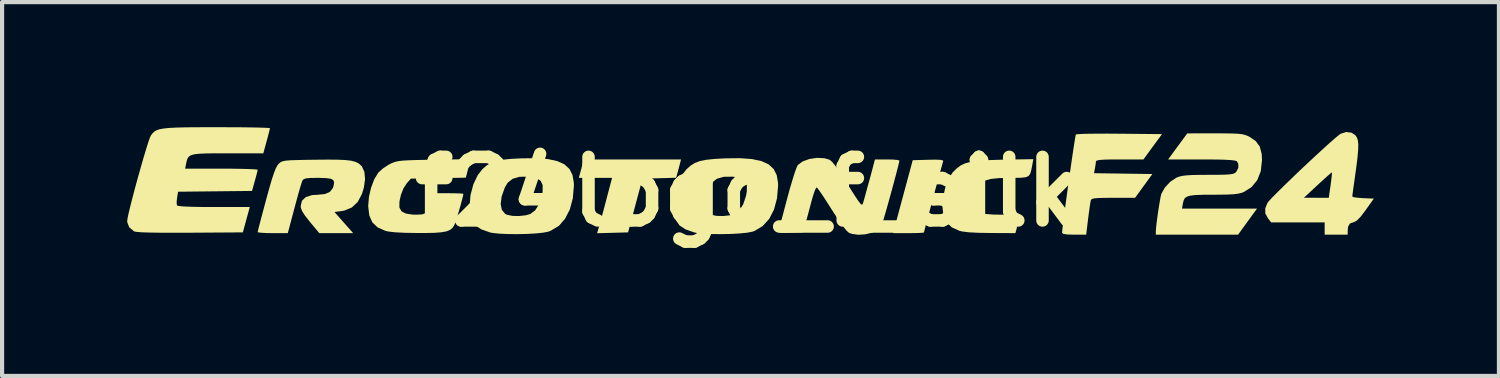
<source format=kicad_pcb>
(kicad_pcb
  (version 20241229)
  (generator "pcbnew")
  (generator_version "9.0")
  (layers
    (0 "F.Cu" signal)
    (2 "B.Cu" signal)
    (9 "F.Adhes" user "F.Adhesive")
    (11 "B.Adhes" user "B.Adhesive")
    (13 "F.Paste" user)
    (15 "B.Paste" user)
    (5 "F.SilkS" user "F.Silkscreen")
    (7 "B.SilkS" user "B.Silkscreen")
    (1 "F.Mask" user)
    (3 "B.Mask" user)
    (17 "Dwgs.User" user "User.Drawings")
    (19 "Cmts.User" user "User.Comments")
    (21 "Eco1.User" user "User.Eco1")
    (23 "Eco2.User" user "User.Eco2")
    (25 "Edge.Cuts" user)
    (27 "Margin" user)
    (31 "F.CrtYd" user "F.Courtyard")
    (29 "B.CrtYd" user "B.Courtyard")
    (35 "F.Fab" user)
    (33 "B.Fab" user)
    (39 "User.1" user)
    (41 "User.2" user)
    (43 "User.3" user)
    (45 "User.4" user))
  (footprint "f24logo_f_silk"
    (layer "F.Cu")
    (at 14.871 1.546)
    (property "Reference" "f24logo_f_silk" (at 0 0 0) (layer "F.SilkS") (effects (font (size 1.524 1.524) (thickness 0.3))))
    (attr board_only exclude_from_pos_files exclude_from_bom)
    (fp_poly (pts (xy -1.649 -0.553) (xy -1.708 -0.334) (xy -2.112 -0.323) (xy -2.516 -0.313) (xy -2.688 0.331) (xy -2.861 0.976) (xy -3.233 0.986) (xy -3.604 0.996) (xy -3.553 0.82) (xy -3.524 0.718) (xy -3.482 0.563) (xy -3.432 0.378) (xy -3.38 0.181) (xy -3.374 0.156) (xy -3.245 -0.331) (xy -4.042 -0.331) (xy -3.982 -0.552) (xy -3.923 -0.773) (xy -1.591 -0.773)) (stroke (width 0) (type solid)) (fill yes) (layer "F.SilkS"))
    (fp_poly (pts (xy 4.623 -0.764) (xy 4.68 -0.753) (xy 4.695 -0.733) (xy 4.694 -0.728) (xy 4.679 -0.68) (xy 4.65 -0.574) (xy 4.608 -0.423) (xy 4.558 -0.239) (xy 4.502 -0.035) (xy 4.445 0.179) (xy 4.388 0.39) (xy 4.336 0.586) (xy 4.291 0.754) (xy 4.257 0.883) (xy 4.237 0.961) (xy 4.233 0.978) (xy 4.199 0.985) (xy 4.107 0.99) (xy 3.972 0.993) (xy 3.865 0.994) (xy 3.496 0.994) (xy 3.519 0.901) (xy 3.535 0.839) (xy 3.567 0.718) (xy 3.613 0.549) (xy 3.667 0.345) (xy 3.729 0.117) (xy 3.753 0.027) (xy 3.964 -0.755) (xy 4.337 -0.765) (xy 4.512 -0.768)) (stroke (width 0) (type solid)) (fill yes) (layer "F.SilkS"))
    (fp_poly (pts (xy 6.831 -0.644) (xy 6.806 -0.516) (xy 6.781 -0.429) (xy 6.74 -0.375) (xy 6.672 -0.346) (xy 6.563 -0.334) (xy 6.401 -0.331) (xy 6.295 -0.331) (xy 6.037 -0.326) (xy 5.842 -0.306) (xy 5.698 -0.265) (xy 5.595 -0.199) (xy 5.523 -0.1) (xy 5.469 0.035) (xy 5.446 0.119) (xy 5.419 0.263) (xy 5.424 0.372) (xy 5.467 0.45) (xy 5.556 0.503) (xy 5.699 0.534) (xy 5.902 0.549) (xy 6.112 0.552) (xy 6.545 0.552) (xy 6.486 0.773) (xy 6.426 0.994) (xy 5.836 0.991) (xy 5.541 0.986) (xy 5.31 0.974) (xy 5.147 0.954) (xy 5.086 0.939) (xy 4.901 0.856) (xy 4.774 0.735) (xy 4.7 0.569) (xy 4.675 0.352) (xy 4.675 0.337) (xy 4.694 0.122) (xy 4.744 -0.097) (xy 4.819 -0.295) (xy 4.912 -0.448) (xy 4.931 -0.471) (xy 5.02 -0.559) (xy 5.111 -0.627) (xy 5.217 -0.678) (xy 5.348 -0.715) (xy 5.515 -0.739) (xy 5.73 -0.755) (xy 6.002 -0.764) (xy 6.125 -0.767) (xy 6.856 -0.78)) (stroke (width 0) (type solid)) (fill yes) (layer "F.SilkS"))
    (fp_poly (pts (xy 8.893 -1.39) (xy 8.921 -1.39) (xy 9.941 -1.38) (xy 9.718 -1.077) (xy 9.496 -0.773) (xy 8.926 -0.773) (xy 8.703 -0.772) (xy 8.544 -0.768) (xy 8.439 -0.76) (xy 8.381 -0.747) (xy 8.358 -0.73) (xy 8.356 -0.722) (xy 8.349 -0.652) (xy 8.333 -0.558) (xy 8.311 -0.443) (xy 9.01 -0.433) (xy 9.709 -0.423) (xy 9.503 -0.138) (xy 9.296 0.147) (xy 8.773 0.147) (xy 8.566 0.148) (xy 8.42 0.152) (xy 8.325 0.159) (xy 8.27 0.172) (xy 8.242 0.191) (xy 8.233 0.212) (xy 8.221 0.274) (xy 8.204 0.391) (xy 8.183 0.543) (xy 8.169 0.653) (xy 8.123 1.031) (xy 7.835 1.031) (xy 7.676 1.027) (xy 7.582 1.013) (xy 7.546 0.99) (xy 7.546 0.985) (xy 7.55 0.925) (xy 7.564 0.806) (xy 7.585 0.639) (xy 7.611 0.434) (xy 7.643 0.201) (xy 7.677 -0.048) (xy 7.712 -0.303) (xy 7.748 -0.554) (xy 7.782 -0.789) (xy 7.813 -0.998) (xy 7.84 -1.171) (xy 7.86 -1.296) (xy 7.873 -1.363) (xy 7.876 -1.372) (xy 7.918 -1.379) (xy 8.024 -1.385) (xy 8.184 -1.389) (xy 8.389 -1.391) (xy 8.629 -1.392)) (stroke (width 0) (type solid)) (fill yes) (layer "F.SilkS"))
    (fp_poly (pts (xy -4.786 -0.782) (xy -4.558 -0.733) (xy -4.387 -0.655) (xy -4.266 -0.543) (xy -4.193 -0.397) (xy -4.162 -0.214) (xy -4.16 -0.147) (xy -4.186 0.159) (xy -4.258 0.427) (xy -4.374 0.652) (xy -4.529 0.824) (xy -4.72 0.939) (xy -4.775 0.959) (xy -4.898 0.983) (xy -5.074 1.001) (xy -5.286 1.013) (xy -5.514 1.018) (xy -5.738 1.016) (xy -5.94 1.007) (xy -6.101 0.991) (xy -6.175 0.976) (xy -6.381 0.903) (xy -6.524 0.809) (xy -6.611 0.685) (xy -6.654 0.516) (xy -6.663 0.355) (xy -6.658 0.295) (xy -5.916 0.295) (xy -5.889 0.435) (xy -5.811 0.529) (xy -5.768 0.552) (xy -5.639 0.58) (xy -5.476 0.584) (xy -5.313 0.566) (xy -5.206 0.535) (xy -5.09 0.449) (xy -4.996 0.301) (xy -4.93 0.104) (xy -4.91 -0.006) (xy -4.909 -0.157) (xy -4.958 -0.261) (xy -5.062 -0.326) (xy -5.228 -0.358) (xy -5.251 -0.36) (xy -5.467 -0.357) (xy -5.631 -0.308) (xy -5.75 -0.212) (xy -5.816 -0.101) (xy -5.892 0.114) (xy -5.916 0.295) (xy -6.658 0.295) (xy -6.639 0.079) (xy -6.57 -0.179) (xy -6.464 -0.4) (xy -6.355 -0.539) (xy -6.259 -0.624) (xy -6.158 -0.688) (xy -6.039 -0.733) (xy -5.887 -0.764) (xy -5.689 -0.785) (xy -5.431 -0.799) (xy -5.428 -0.799) (xy -5.074 -0.803)) (stroke (width 0) (type solid)) (fill yes) (layer "F.SilkS"))
    (fp_poly (pts (xy 0.11 -0.782) (xy 0.338 -0.733) (xy 0.509 -0.655) (xy 0.63 -0.543) (xy 0.703 -0.397) (xy 0.734 -0.214) (xy 0.736 -0.147) (xy 0.71 0.159) (xy 0.638 0.427) (xy 0.522 0.652) (xy 0.367 0.824) (xy 0.176 0.939) (xy 0.121 0.959) (xy -0.002 0.983) (xy -0.179 1.001) (xy -0.39 1.013) (xy -0.618 1.018) (xy -0.842 1.016) (xy -1.044 1.007) (xy -1.205 0.991) (xy -1.279 0.976) (xy -1.485 0.903) (xy -1.628 0.809) (xy -1.715 0.685) (xy -1.758 0.516) (xy -1.767 0.355) (xy -1.762 0.295) (xy -1.02 0.295) (xy -0.993 0.435) (xy -0.915 0.529) (xy -0.872 0.552) (xy -0.743 0.58) (xy -0.58 0.584) (xy -0.417 0.566) (xy -0.31 0.535) (xy -0.194 0.449) (xy -0.1 0.301) (xy -0.034 0.104) (xy -0.014 -0.006) (xy -0.013 -0.157) (xy -0.062 -0.261) (xy -0.166 -0.326) (xy -0.332 -0.358) (xy -0.355 -0.36) (xy -0.571 -0.357) (xy -0.735 -0.308) (xy -0.854 -0.212) (xy -0.92 -0.101) (xy -0.996 0.114) (xy -1.02 0.295) (xy -1.762 0.295) (xy -1.743 0.079) (xy -1.674 -0.179) (xy -1.568 -0.4) (xy -1.459 -0.539) (xy -1.363 -0.624) (xy -1.262 -0.688) (xy -1.143 -0.733) (xy -0.991 -0.764) (xy -0.793 -0.785) (xy -0.535 -0.799) (xy -0.532 -0.799) (xy -0.178 -0.803)) (stroke (width 0) (type solid)) (fill yes) (layer "F.SilkS"))
    (fp_poly (pts (xy 14.487 -1.414) (xy 14.576 -1.355) (xy 14.613 -1.302) (xy 14.637 -1.232) (xy 14.648 -1.133) (xy 14.644 -0.998) (xy 14.628 -0.814) (xy 14.598 -0.574) (xy 14.577 -0.424) (xy 14.551 -0.237) (xy 14.528 -0.077) (xy 14.512 0.043) (xy 14.504 0.109) (xy 14.504 0.117) (xy 14.537 0.132) (xy 14.626 0.145) (xy 14.751 0.154) (xy 14.762 0.155) (xy 15.02 0.166) (xy 14.824 0.442) (xy 14.708 0.596) (xy 14.617 0.689) (xy 14.547 0.729) (xy 14.539 0.731) (xy 14.447 0.763) (xy 14.403 0.838) (xy 14.394 0.929) (xy 14.393 1.031) (xy 13.841 1.031) (xy 13.841 0.736) (xy 12.558 0.736) (xy 12.482 0.639) (xy 12.417 0.521) (xy 12.417 0.398) (xy 12.47 0.268) (xy 12.511 0.217) (xy 12.579 0.145) (xy 13.344 0.145) (xy 13.94 0.147) (xy 13.983 -0.153) (xy 14.001 -0.292) (xy 14.013 -0.4) (xy 14.017 -0.457) (xy 14.016 -0.463) (xy 13.987 -0.442) (xy 13.915 -0.381) (xy 13.811 -0.288) (xy 13.685 -0.172) (xy 13.676 -0.163) (xy 13.344 0.145) (xy 12.579 0.145) (xy 12.598 0.125) (xy 12.723 -0.001) (xy 12.878 -0.153) (xy 13.054 -0.323) (xy 13.242 -0.504) (xy 13.436 -0.686) (xy 13.626 -0.863) (xy 13.804 -1.027) (xy 13.962 -1.17) (xy 14.091 -1.283) (xy 14.184 -1.36) (xy 14.223 -1.388) (xy 14.357 -1.431)) (stroke (width 0) (type solid)) (fill yes) (layer "F.SilkS"))
    (fp_poly (pts (xy -6.694 -0.557) (xy -6.752 -0.336) (xy -7.41 -0.324) (xy -8.068 -0.313) (xy -8.17 -0.198) (xy -8.247 -0.079) (xy -8.307 0.074) (xy -8.343 0.233) (xy -8.345 0.368) (xy -8.341 0.388) (xy -8.291 0.473) (xy -8.188 0.525) (xy -8.025 0.55) (xy -7.933 0.552) (xy -7.795 0.544) (xy -7.704 0.508) (xy -7.645 0.432) (xy -7.601 0.302) (xy -7.587 0.243) (xy -7.541 0.037) (xy -7.176 0.037) (xy -7.022 0.038) (xy -6.9 0.042) (xy -6.825 0.048) (xy -6.81 0.053) (xy -6.82 0.108) (xy -6.847 0.213) (xy -6.884 0.349) (xy -6.927 0.496) (xy -6.969 0.634) (xy -7.004 0.743) (xy -7.028 0.803) (xy -7.028 0.804) (xy -7.072 0.869) (xy -7.132 0.918) (xy -7.218 0.952) (xy -7.34 0.974) (xy -7.509 0.987) (xy -7.735 0.991) (xy -7.903 0.991) (xy -8.212 0.986) (xy -8.45 0.974) (xy -8.617 0.954) (xy -8.681 0.939) (xy -8.867 0.856) (xy -8.994 0.735) (xy -9.067 0.569) (xy -9.092 0.352) (xy -9.092 0.337) (xy -9.074 0.122) (xy -9.023 -0.097) (xy -8.948 -0.295) (xy -8.856 -0.448) (xy -8.836 -0.471) (xy -8.733 -0.562) (xy -8.602 -0.647) (xy -8.55 -0.674) (xy -8.489 -0.7) (xy -8.426 -0.72) (xy -8.35 -0.735) (xy -8.25 -0.746) (xy -8.116 -0.753) (xy -7.937 -0.759) (xy -7.702 -0.764) (xy -7.506 -0.767) (xy -6.637 -0.779)) (stroke (width 0) (type solid)) (fill yes) (layer "F.SilkS"))
    (fp_poly (pts (xy 11.45 -1.398) (xy 11.629 -1.395) (xy 11.76 -1.389) (xy 11.855 -1.379) (xy 11.928 -1.362) (xy 11.991 -1.339) (xy 12.038 -1.316) (xy 12.188 -1.214) (xy 12.284 -1.083) (xy 12.331 -0.909) (xy 12.339 -0.759) (xy 12.31 -0.494) (xy 12.226 -0.278) (xy 12.088 -0.11) (xy 11.909 0.004) (xy 11.84 0.031) (xy 11.759 0.049) (xy 11.651 0.062) (xy 11.505 0.069) (xy 11.305 0.072) (xy 11.17 0.073) (xy 10.928 0.074) (xy 10.75 0.08) (xy 10.624 0.094) (xy 10.541 0.118) (xy 10.489 0.155) (xy 10.46 0.209) (xy 10.442 0.282) (xy 10.442 0.285) (xy 10.42 0.405) (xy 12.22 0.405) (xy 11.992 0.718) (xy 11.765 1.031) (xy 9.792 1.031) (xy 9.793 0.948) (xy 9.799 0.864) (xy 9.814 0.732) (xy 9.835 0.572) (xy 9.86 0.404) (xy 9.885 0.249) (xy 9.907 0.126) (xy 9.924 0.056) (xy 9.924 0.054) (xy 10.009 -0.098) (xy 10.138 -0.237) (xy 10.285 -0.335) (xy 10.353 -0.361) (xy 10.433 -0.38) (xy 10.537 -0.392) (xy 10.679 -0.4) (xy 10.872 -0.403) (xy 11.047 -0.404) (xy 11.276 -0.405) (xy 11.442 -0.408) (xy 11.558 -0.415) (xy 11.634 -0.426) (xy 11.682 -0.443) (xy 11.714 -0.467) (xy 11.719 -0.472) (xy 11.772 -0.572) (xy 11.769 -0.673) (xy 11.736 -0.729) (xy 11.694 -0.745) (xy 11.601 -0.757) (xy 11.451 -0.766) (xy 11.24 -0.771) (xy 10.962 -0.773) (xy 10.89 -0.773) (xy 10.088 -0.773) (xy 10.317 -1.086) (xy 10.547 -1.398) (xy 11.211 -1.399)) (stroke (width 0) (type solid)) (fill yes) (layer "F.SilkS"))
    (fp_poly (pts (xy -9.828 -0.767) (xy -9.643 -0.759) (xy -9.504 -0.743) (xy -9.402 -0.717) (xy -9.326 -0.681) (xy -9.269 -0.633) (xy -9.242 -0.602) (xy -9.183 -0.472) (xy -9.168 -0.298) (xy -9.197 -0.095) (xy -9.242 0.054) (xy -9.345 0.248) (xy -9.486 0.38) (xy -9.669 0.454) (xy -9.73 0.465) (xy -9.901 0.488) (xy -9.677 0.741) (xy -9.453 0.994) (xy -10.265 0.994) (xy -10.488 0.727) (xy -10.603 0.581) (xy -10.674 0.473) (xy -10.707 0.388) (xy -10.711 0.343) (xy -10.681 0.217) (xy -10.589 0.13) (xy -10.438 0.082) (xy -10.31 0.074) (xy -10.132 0.057) (xy -10.011 0.005) (xy -9.939 -0.089) (xy -9.92 -0.152) (xy -9.911 -0.228) (xy -9.93 -0.279) (xy -9.989 -0.31) (xy -10.097 -0.325) (xy -10.265 -0.331) (xy -10.315 -0.331) (xy -10.475 -0.329) (xy -10.577 -0.32) (xy -10.635 -0.302) (xy -10.666 -0.273) (xy -10.669 -0.267) (xy -10.69 -0.211) (xy -10.725 -0.097) (xy -10.77 0.061) (xy -10.822 0.251) (xy -10.861 0.396) (xy -11.02 0.994) (xy -11.381 0.994) (xy -11.534 0.992) (xy -11.655 0.985) (xy -11.728 0.976) (xy -11.743 0.969) (xy -11.734 0.927) (xy -11.708 0.825) (xy -11.669 0.674) (xy -11.618 0.484) (xy -11.56 0.266) (xy -11.539 0.186) (xy -11.464 -0.085) (xy -11.403 -0.294) (xy -11.352 -0.448) (xy -11.309 -0.557) (xy -11.271 -0.628) (xy -11.244 -0.663) (xy -11.212 -0.693) (xy -11.178 -0.716) (xy -11.131 -0.733) (xy -11.062 -0.745) (xy -10.96 -0.753) (xy -10.815 -0.758) (xy -10.616 -0.763) (xy -10.371 -0.766) (xy -10.067 -0.769)) (stroke (width 0) (type solid)) (fill yes) (layer "F.SilkS"))
    (fp_poly (pts (xy -12.422 -1.545) (xy -12.149 -1.544) (xy -11.909 -1.541) (xy -11.711 -1.537) (xy -11.563 -1.532) (xy -11.473 -1.527) (xy -11.448 -1.523) (xy -11.458 -1.479) (xy -11.482 -1.382) (xy -11.516 -1.252) (xy -11.528 -1.21) (xy -11.607 -0.92) (xy -12.461 -0.92) (xy -12.749 -0.92) (xy -12.972 -0.917) (xy -13.14 -0.91) (xy -13.26 -0.897) (xy -13.342 -0.874) (xy -13.394 -0.84) (xy -13.426 -0.793) (xy -13.446 -0.731) (xy -13.459 -0.669) (xy -13.482 -0.552) (xy -12.613 -0.552) (xy -12.368 -0.551) (xy -12.151 -0.548) (xy -11.97 -0.543) (xy -11.835 -0.537) (xy -11.758 -0.53) (xy -11.743 -0.525) (xy -11.752 -0.477) (xy -11.777 -0.381) (xy -11.811 -0.258) (xy -11.878 -0.018) (xy -13.651 0.001) (xy -13.675 0.147) (xy -13.686 0.248) (xy -13.68 0.32) (xy -13.676 0.33) (xy -13.631 0.344) (xy -13.515 0.354) (xy -13.331 0.362) (xy -13.083 0.367) (xy -12.793 0.368) (xy -11.932 0.368) (xy -12.015 0.672) (xy -12.098 0.976) (xy -13.365 0.984) (xy -13.761 0.985) (xy -14.085 0.984) (xy -14.339 0.98) (xy -14.526 0.974) (xy -14.647 0.964) (xy -14.705 0.952) (xy -14.706 0.952) (xy -14.822 0.855) (xy -14.87 0.732) (xy -14.871 0.702) (xy -14.861 0.63) (xy -14.833 0.501) (xy -14.791 0.326) (xy -14.737 0.117) (xy -14.676 -0.114) (xy -14.61 -0.355) (xy -14.543 -0.594) (xy -14.478 -0.819) (xy -14.418 -1.018) (xy -14.367 -1.181) (xy -14.328 -1.293) (xy -14.306 -1.342) (xy -14.269 -1.393) (xy -14.228 -1.435) (xy -14.175 -1.469) (xy -14.102 -1.495) (xy -14.003 -1.514) (xy -13.87 -1.528) (xy -13.695 -1.537) (xy -13.471 -1.543) (xy -13.191 -1.545) (xy -12.847 -1.546) (xy -12.72 -1.546)) (stroke (width 0) (type solid)) (fill yes) (layer "F.SilkS"))
    (fp_poly (pts (xy 1.846 -0.802) (xy 1.969 -0.767) (xy 2.033 -0.713) (xy 2.127 -0.596) (xy 2.247 -0.422) (xy 2.363 -0.242) (xy 2.493 -0.033) (xy 2.591 0.12) (xy 2.661 0.224) (xy 2.708 0.285) (xy 2.739 0.31) (xy 2.758 0.306) (xy 2.771 0.279) (xy 2.774 0.271) (xy 2.795 0.197) (xy 2.83 0.071) (xy 2.873 -0.087) (xy 2.92 -0.257) (xy 2.965 -0.421) (xy 3.002 -0.559) (xy 3.017 -0.617) (xy 3.058 -0.773) (xy 3.351 -0.773) (xy 3.488 -0.77) (xy 3.59 -0.761) (xy 3.641 -0.749) (xy 3.644 -0.745) (xy 3.635 -0.694) (xy 3.608 -0.585) (xy 3.568 -0.431) (xy 3.519 -0.245) (xy 3.464 -0.042) (xy 3.406 0.168) (xy 3.35 0.369) (xy 3.298 0.55) (xy 3.255 0.696) (xy 3.224 0.796) (xy 3.21 0.834) (xy 3.128 0.917) (xy 2.995 0.981) (xy 2.834 1.021) (xy 2.664 1.033) (xy 2.507 1.012) (xy 2.431 0.984) (xy 2.378 0.935) (xy 2.295 0.832) (xy 2.189 0.685) (xy 2.069 0.503) (xy 2.018 0.423) (xy 1.908 0.251) (xy 1.811 0.101) (xy 1.732 -0.014) (xy 1.68 -0.085) (xy 1.662 -0.102) (xy 1.638 -0.075) (xy 1.603 0.009) (xy 1.563 0.133) (xy 1.547 0.192) (xy 1.499 0.372) (xy 1.448 0.563) (xy 1.404 0.724) (xy 1.401 0.736) (xy 1.336 0.976) (xy 1.033 0.986) (xy 0.885 0.99) (xy 0.796 0.987) (xy 0.754 0.975) (xy 0.745 0.95) (xy 0.749 0.931) (xy 0.764 0.876) (xy 0.795 0.762) (xy 0.838 0.601) (xy 0.89 0.405) (xy 0.948 0.185) (xy 0.958 0.147) (xy 1.019 -0.076) (xy 1.079 -0.278) (xy 1.132 -0.447) (xy 1.176 -0.57) (xy 1.206 -0.636) (xy 1.209 -0.64) (xy 1.326 -0.726) (xy 1.487 -0.784) (xy 1.669 -0.811)) (stroke (width 0) (type solid)) (fill yes) (layer "F.SilkS")))
  (gr_rect
    (start -3 -3)
    (end 32.891 5.964)
    (stroke (width 0.1) (type default))
    (fill no)
    (layer "Edge.Cuts")))
</source>
